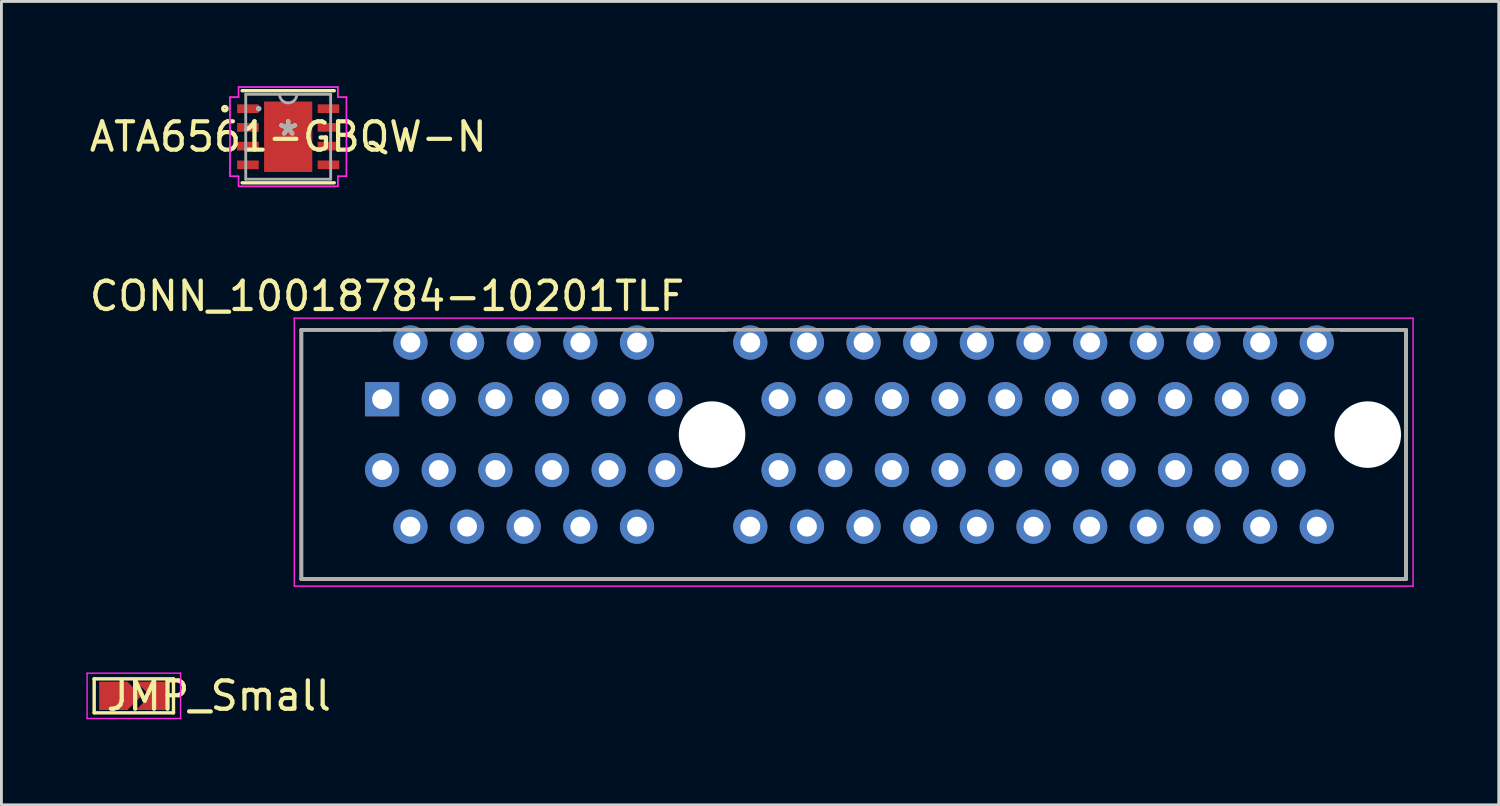
<source format=kicad_pcb>
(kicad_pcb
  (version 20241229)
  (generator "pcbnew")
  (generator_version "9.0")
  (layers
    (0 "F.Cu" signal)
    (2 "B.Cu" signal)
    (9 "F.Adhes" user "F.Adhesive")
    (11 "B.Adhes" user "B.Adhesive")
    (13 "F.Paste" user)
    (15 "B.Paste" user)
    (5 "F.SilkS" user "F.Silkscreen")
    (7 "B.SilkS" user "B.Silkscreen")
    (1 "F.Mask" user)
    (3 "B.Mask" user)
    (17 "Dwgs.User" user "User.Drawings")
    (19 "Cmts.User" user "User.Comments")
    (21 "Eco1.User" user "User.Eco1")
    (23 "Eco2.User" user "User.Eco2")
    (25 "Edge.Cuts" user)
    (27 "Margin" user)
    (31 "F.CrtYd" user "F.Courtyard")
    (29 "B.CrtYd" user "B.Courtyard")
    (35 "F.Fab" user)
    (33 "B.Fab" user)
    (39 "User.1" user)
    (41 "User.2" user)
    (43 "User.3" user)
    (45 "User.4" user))
  (footprint "JMP_Small"
    (layer "F.Cu")
    (at 1.675 21.517)
    (property "Reference" "JMP_Small" (at 3 0 0) (layer "F.SilkS") (effects (font (size 1 1) (thickness 0.15))))
    (attr exclude_from_pos_files)
    (fp_line (start -1.4 -0.6) (end 1.4 -0.6) (stroke (width 0.12) (type solid)) (layer "F.SilkS"))
    (fp_line (start -1.4 0.6) (end -1.4 -0.6) (stroke (width 0.12) (type solid)) (layer "F.SilkS"))
    (fp_line (start 1.4 -0.6) (end 1.4 0.6) (stroke (width 0.12) (type solid)) (layer "F.SilkS"))
    (fp_line (start 1.4 0.6) (end -1.4 0.6) (stroke (width 0.12) (type solid)) (layer "F.SilkS"))
    (fp_line (start -1.65 -0.8) (end -1.65 0.8) (stroke (width 0.05) (type solid)) (layer "F.CrtYd"))
    (fp_line (start -1.65 -0.8) (end 1.65 -0.8) (stroke (width 0.05) (type solid)) (layer "F.CrtYd"))
    (fp_line (start 1.65 0.8) (end -1.65 0.8) (stroke (width 0.05) (type solid)) (layer "F.CrtYd"))
    (fp_line (start 1.65 0.8) (end 1.65 -0.8) (stroke (width 0.05) (type solid)) (layer "F.CrtYd"))
    (pad "1" smd custom (at -0.725 0) (size 0.3 0.2) (layers "F.Cu" "F.Mask") (options (anchor rect)) (primitives (gr_poly (pts (xy 1 0) (xy 0.5 0.5) (xy -0.5 0.5) (xy -0.5 -0.5) (xy 0.5 -0.5)) (width 0) (fill yes))))
    (pad "2" smd custom (at 0.725 0) (size 0.3 0.2) (layers "F.Cu" "F.Mask") (options (anchor rect)) (primitives (gr_poly (pts (xy 0.5 0.5) (xy -0.65 0.5) (xy -0.15 0) (xy -0.65 -0.5) (xy 0.5 -0.5)) (width 0) (fill yes)))))
  (footprint "ATA6561-GBQW-N"
    (layer "F.Cu")
    (at 7.125 1.778)
    (property "Reference" "ATA6561-GBQW-N" (at 0 0 0) (layer "F.SilkS") (effects (font (size 1 1) (thickness 0.15))))
    (attr through_hole)
    (fp_line (start -1.626 1.626) (end 1.626 1.626) (stroke (width 0.12) (type solid)) (layer "F.SilkS"))
    (fp_line (start 1.626 -1.626) (end -1.626 -1.626) (stroke (width 0.12) (type solid)) (layer "F.SilkS"))
    (fp_circle (center -2.235 -0.991) (end -2.159 -0.991) (stroke (width 0.12) (type solid)) (fill no) (layer "F.SilkS"))
    (fp_line (start -2.057 -1.397) (end -1.753 -1.397) (stroke (width 0.05) (type solid)) (layer "F.CrtYd"))
    (fp_line (start -2.057 -1.397) (end -1.753 -1.397) (stroke (width 0.05) (type solid)) (layer "F.CrtYd"))
    (fp_line (start -2.057 1.397) (end -2.057 -1.397) (stroke (width 0.05) (type solid)) (layer "F.CrtYd"))
    (fp_line (start -2.057 1.397) (end -2.057 -1.397) (stroke (width 0.05) (type solid)) (layer "F.CrtYd"))
    (fp_line (start -2.057 1.397) (end -1.753 1.397) (stroke (width 0.05) (type solid)) (layer "F.CrtYd"))
    (fp_line (start -1.753 -1.753) (end 1.753 -1.753) (stroke (width 0.05) (type solid)) (layer "F.CrtYd"))
    (fp_line (start -1.753 -1.753) (end 1.753 -1.753) (stroke (width 0.05) (type solid)) (layer "F.CrtYd"))
    (fp_line (start -1.753 -1.397) (end -1.753 -1.753) (stroke (width 0.05) (type solid)) (layer "F.CrtYd"))
    (fp_line (start -1.753 -1.397) (end -1.753 -1.753) (stroke (width 0.05) (type solid)) (layer "F.CrtYd"))
    (fp_line (start -1.753 1.397) (end -2.057 1.397) (stroke (width 0.05) (type solid)) (layer "F.CrtYd"))
    (fp_line (start -1.753 1.753) (end -1.753 1.397) (stroke (width 0.05) (type solid)) (layer "F.CrtYd"))
    (fp_line (start -1.753 1.753) (end -1.753 1.397) (stroke (width 0.05) (type solid)) (layer "F.CrtYd"))
    (fp_line (start 1.753 -1.753) (end 1.753 -1.397) (stroke (width 0.05) (type solid)) (layer "F.CrtYd"))
    (fp_line (start 1.753 -1.753) (end 1.753 -1.397) (stroke (width 0.05) (type solid)) (layer "F.CrtYd"))
    (fp_line (start 1.753 -1.397) (end 2.057 -1.397) (stroke (width 0.05) (type solid)) (layer "F.CrtYd"))
    (fp_line (start 1.753 1.397) (end 1.753 1.753) (stroke (width 0.05) (type solid)) (layer "F.CrtYd"))
    (fp_line (start 1.753 1.397) (end 1.753 1.753) (stroke (width 0.05) (type solid)) (layer "F.CrtYd"))
    (fp_line (start 1.753 1.753) (end -1.753 1.753) (stroke (width 0.05) (type solid)) (layer "F.CrtYd"))
    (fp_line (start 1.753 1.753) (end -1.753 1.753) (stroke (width 0.05) (type solid)) (layer "F.CrtYd"))
    (fp_line (start 2.057 -1.397) (end 1.753 -1.397) (stroke (width 0.05) (type solid)) (layer "F.CrtYd"))
    (fp_line (start 2.057 -1.397) (end 2.057 1.397) (stroke (width 0.05) (type solid)) (layer "F.CrtYd"))
    (fp_line (start 2.057 -1.397) (end 2.057 1.397) (stroke (width 0.05) (type solid)) (layer "F.CrtYd"))
    (fp_line (start 2.057 1.397) (end 1.753 1.397) (stroke (width 0.05) (type solid)) (layer "F.CrtYd"))
    (fp_line (start 2.057 1.397) (end 1.753 1.397) (stroke (width 0.05) (type solid)) (layer "F.CrtYd"))
    (fp_line (start -1.499 -1.499) (end -1.499 1.499) (stroke (width 0.1) (type solid)) (layer "F.Fab"))
    (fp_line (start -1.499 1.499) (end 1.499 1.499) (stroke (width 0.1) (type solid)) (layer "F.Fab"))
    (fp_line (start 1.499 -1.499) (end -1.499 -1.499) (stroke (width 0.1) (type solid)) (layer "F.Fab"))
    (fp_line (start 1.499 1.499) (end 1.499 -1.499) (stroke (width 0.1) (type solid)) (layer "F.Fab"))
    (fp_arc (start 0.3048 -1.4986) (mid 0 -1.1938) (end -0.3048 -1.4986) (stroke (width 0.1) (type solid)) (layer "F.Fab"))
    (fp_circle (center -1.041 -0.991) (end -1.041 -0.991) (stroke (width 0.1) (type solid)) (fill no) (layer "F.Fab"))
    (fp_text user "*" (at 0 0 0) (layer "F.SilkS") (effects (font (size 1 1) (thickness 0.15))))
    (fp_text user "*" (at 0 0 0) (layer "F.Fab") (effects (font (size 1 1) (thickness 0.15))))
    (pad "1" smd rect (at -1.422 -0.991) (size 0.762 0.305) (layers "F.Cu" "F.Mask" "F.Paste"))
    (pad "2" smd rect (at -1.422 -0.33) (size 0.762 0.305) (layers "F.Cu" "F.Mask" "F.Paste"))
    (pad "3" smd rect (at -1.422 0.33) (size 0.762 0.305) (layers "F.Cu" "F.Mask" "F.Paste"))
    (pad "4" smd rect (at -1.422 0.991) (size 0.762 0.305) (layers "F.Cu" "F.Mask" "F.Paste"))
    (pad "5" smd rect (at 1.422 0.991) (size 0.762 0.305) (layers "F.Cu" "F.Mask" "F.Paste"))
    (pad "6" smd rect (at 1.422 0.33) (size 0.762 0.305) (layers "F.Cu" "F.Mask" "F.Paste"))
    (pad "7" smd rect (at 1.422 -0.33) (size 0.762 0.305) (layers "F.Cu" "F.Mask" "F.Paste"))
    (pad "8" smd rect (at 1.422 -0.991) (size 0.762 0.305) (layers "F.Cu" "F.Mask" "F.Paste"))
    (pad "9" smd rect (at 0 0) (size 1.702 2.489) (layers "F.Cu" "F.Mask" "F.Paste")))
  (footprint "CONN_10018784-10201TLF"
    (layer "F.Cu")
    (at 10.44 11.044)
    (property "Reference" "CONN_10018784-10201TLF" (at 0.175 -3.64 0) (layer "F.SilkS") (effects (font (size 1.001 1.001) (thickness 0.15))))
    (attr through_hole)
    (fp_line (start -2.85 -2.45) (end -2.85 6.35) (stroke (width 0.127) (type solid)) (layer "F.SilkS"))
    (fp_line (start -2.85 6.35) (end 36.15 6.35) (stroke (width 0.127) (type solid)) (layer "F.SilkS"))
    (fp_line (start -0.05 -2.45) (end -2.85 -2.45) (stroke (width 0.127) (type solid)) (layer "F.SilkS"))
    (fp_line (start 12.15 -2.45) (end 9.85 -2.45) (stroke (width 0.127) (type solid)) (layer "F.SilkS"))
    (fp_line (start 36.15 -2.45) (end 33.85 -2.45) (stroke (width 0.127) (type solid)) (layer "F.SilkS"))
    (fp_line (start 36.15 6.35) (end 36.15 -2.45) (stroke (width 0.127) (type solid)) (layer "F.SilkS"))
    (fp_line (start -3.1 -2.86) (end 36.4 -2.86) (stroke (width 0.05) (type solid)) (layer "F.CrtYd"))
    (fp_line (start -3.1 6.6) (end -3.1 -2.86) (stroke (width 0.05) (type solid)) (layer "F.CrtYd"))
    (fp_line (start 36.4 -2.86) (end 36.4 6.6) (stroke (width 0.05) (type solid)) (layer "F.CrtYd"))
    (fp_line (start 36.4 6.6) (end -3.1 6.6) (stroke (width 0.05) (type solid)) (layer "F.CrtYd"))
    (fp_line (start -2.85 -2.45) (end -2.85 6.35) (stroke (width 0.127) (type solid)) (layer "F.Fab"))
    (fp_line (start -2.85 6.35) (end 36.15 6.35) (stroke (width 0.127) (type solid)) (layer "F.Fab"))
    (fp_line (start 36.15 -2.45) (end -2.85 -2.45) (stroke (width 0.127) (type solid)) (layer "F.Fab"))
    (fp_line (start 36.15 6.35) (end 36.15 -2.45) (stroke (width 0.127) (type solid)) (layer "F.Fab"))
    (pad "" np_thru_hole circle (at 11.65 1.25) (size 2.35 2.35) (drill 2.35) (layers "*.Cu" "*.Mask"))
    (pad "" np_thru_hole circle (at 34.8 1.25) (size 2.35 2.35) (drill 2.35) (layers "*.Cu" "*.Mask"))
    (pad "A1" thru_hole rect (at 0 0) (size 1.208 1.208) (drill 0.7) (layers "*.Cu" "*.Mask"))
    (pad "A2" thru_hole circle (at 1 -2) (size 1.208 1.208) (drill 0.7) (layers "*.Cu" "*.Mask"))
    (pad "A3" thru_hole circle (at 2 0) (size 1.208 1.208) (drill 0.7) (layers "*.Cu" "*.Mask"))
    (pad "A4" thru_hole circle (at 3 -2) (size 1.208 1.208) (drill 0.7) (layers "*.Cu" "*.Mask"))
    (pad "A5" thru_hole circle (at 4 0) (size 1.208 1.208) (drill 0.7) (layers "*.Cu" "*.Mask"))
    (pad "A6" thru_hole circle (at 5 -2) (size 1.208 1.208) (drill 0.7) (layers "*.Cu" "*.Mask"))
    (pad "A7" thru_hole circle (at 6 0) (size 1.208 1.208) (drill 0.7) (layers "*.Cu" "*.Mask"))
    (pad "A8" thru_hole circle (at 7 -2) (size 1.208 1.208) (drill 0.7) (layers "*.Cu" "*.Mask"))
    (pad "A9" thru_hole circle (at 8 0) (size 1.208 1.208) (drill 0.7) (layers "*.Cu" "*.Mask"))
    (pad "A10" thru_hole circle (at 9 -2) (size 1.208 1.208) (drill 0.7) (layers "*.Cu" "*.Mask"))
    (pad "A11" thru_hole circle (at 10 0) (size 1.208 1.208) (drill 0.7) (layers "*.Cu" "*.Mask"))
    (pad "A12" thru_hole circle (at 13 -2) (size 1.208 1.208) (drill 0.7) (layers "*.Cu" "*.Mask"))
    (pad "A13" thru_hole circle (at 14 0) (size 1.208 1.208) (drill 0.7) (layers "*.Cu" "*.Mask"))
    (pad "A14" thru_hole circle (at 15 -2) (size 1.208 1.208) (drill 0.7) (layers "*.Cu" "*.Mask"))
    (pad "A15" thru_hole circle (at 16 0) (size 1.208 1.208) (drill 0.7) (layers "*.Cu" "*.Mask"))
    (pad "A16" thru_hole circle (at 17 -2) (size 1.208 1.208) (drill 0.7) (layers "*.Cu" "*.Mask"))
    (pad "A17" thru_hole circle (at 18 0) (size 1.208 1.208) (drill 0.7) (layers "*.Cu" "*.Mask"))
    (pad "A18" thru_hole circle (at 19 -2) (size 1.208 1.208) (drill 0.7) (layers "*.Cu" "*.Mask"))
    (pad "A19" thru_hole circle (at 20 0) (size 1.208 1.208) (drill 0.7) (layers "*.Cu" "*.Mask"))
    (pad "A20" thru_hole circle (at 21 -2) (size 1.208 1.208) (drill 0.7) (layers "*.Cu" "*.Mask"))
    (pad "A21" thru_hole circle (at 22 0) (size 1.208 1.208) (drill 0.7) (layers "*.Cu" "*.Mask"))
    (pad "A22" thru_hole circle (at 23 -2) (size 1.208 1.208) (drill 0.7) (layers "*.Cu" "*.Mask"))
    (pad "A23" thru_hole circle (at 24 0) (size 1.208 1.208) (drill 0.7) (layers "*.Cu" "*.Mask"))
    (pad "A24" thru_hole circle (at 25 -2) (size 1.208 1.208) (drill 0.7) (layers "*.Cu" "*.Mask"))
    (pad "A25" thru_hole circle (at 26 0) (size 1.208 1.208) (drill 0.7) (layers "*.Cu" "*.Mask"))
    (pad "A26" thru_hole circle (at 27 -2) (size 1.208 1.208) (drill 0.7) (layers "*.Cu" "*.Mask"))
    (pad "A27" thru_hole circle (at 28 0) (size 1.208 1.208) (drill 0.7) (layers "*.Cu" "*.Mask"))
    (pad "A28" thru_hole circle (at 29 -2) (size 1.208 1.208) (drill 0.7) (layers "*.Cu" "*.Mask"))
    (pad "A29" thru_hole circle (at 30 0) (size 1.208 1.208) (drill 0.7) (layers "*.Cu" "*.Mask"))
    (pad "A30" thru_hole circle (at 31 -2) (size 1.208 1.208) (drill 0.7) (layers "*.Cu" "*.Mask"))
    (pad "A31" thru_hole circle (at 32 0) (size 1.208 1.208) (drill 0.7) (layers "*.Cu" "*.Mask"))
    (pad "A32" thru_hole circle (at 33 -2) (size 1.208 1.208) (drill 0.7) (layers "*.Cu" "*.Mask"))
    (pad "B1" thru_hole circle (at 0 2.5) (size 1.208 1.208) (drill 0.7) (layers "*.Cu" "*.Mask"))
    (pad "B2" thru_hole circle (at 1 4.5) (size 1.208 1.208) (drill 0.7) (layers "*.Cu" "*.Mask"))
    (pad "B3" thru_hole circle (at 2 2.5) (size 1.208 1.208) (drill 0.7) (layers "*.Cu" "*.Mask"))
    (pad "B4" thru_hole circle (at 3 4.5) (size 1.208 1.208) (drill 0.7) (layers "*.Cu" "*.Mask"))
    (pad "B5" thru_hole circle (at 4 2.5) (size 1.208 1.208) (drill 0.7) (layers "*.Cu" "*.Mask"))
    (pad "B6" thru_hole circle (at 5 4.5) (size 1.208 1.208) (drill 0.7) (layers "*.Cu" "*.Mask"))
    (pad "B7" thru_hole circle (at 6 2.5) (size 1.208 1.208) (drill 0.7) (layers "*.Cu" "*.Mask"))
    (pad "B8" thru_hole circle (at 7 4.5) (size 1.208 1.208) (drill 0.7) (layers "*.Cu" "*.Mask"))
    (pad "B9" thru_hole circle (at 8 2.5) (size 1.208 1.208) (drill 0.7) (layers "*.Cu" "*.Mask"))
    (pad "B10" thru_hole circle (at 9 4.5) (size 1.208 1.208) (drill 0.7) (layers "*.Cu" "*.Mask"))
    (pad "B11" thru_hole circle (at 10 2.5) (size 1.208 1.208) (drill 0.7) (layers "*.Cu" "*.Mask"))
    (pad "B12" thru_hole circle (at 13 4.5) (size 1.208 1.208) (drill 0.7) (layers "*.Cu" "*.Mask"))
    (pad "B13" thru_hole circle (at 14 2.5) (size 1.208 1.208) (drill 0.7) (layers "*.Cu" "*.Mask"))
    (pad "B14" thru_hole circle (at 15 4.5) (size 1.208 1.208) (drill 0.7) (layers "*.Cu" "*.Mask"))
    (pad "B15" thru_hole circle (at 16 2.5) (size 1.208 1.208) (drill 0.7) (layers "*.Cu" "*.Mask"))
    (pad "B16" thru_hole circle (at 17 4.5) (size 1.208 1.208) (drill 0.7) (layers "*.Cu" "*.Mask"))
    (pad "B17" thru_hole circle (at 18 2.5) (size 1.208 1.208) (drill 0.7) (layers "*.Cu" "*.Mask"))
    (pad "B18" thru_hole circle (at 19 4.5) (size 1.208 1.208) (drill 0.7) (layers "*.Cu" "*.Mask"))
    (pad "B19" thru_hole circle (at 20 2.5) (size 1.208 1.208) (drill 0.7) (layers "*.Cu" "*.Mask"))
    (pad "B20" thru_hole circle (at 21 4.5) (size 1.208 1.208) (drill 0.7) (layers "*.Cu" "*.Mask"))
    (pad "B21" thru_hole circle (at 22 2.5) (size 1.208 1.208) (drill 0.7) (layers "*.Cu" "*.Mask"))
    (pad "B22" thru_hole circle (at 23 4.5) (size 1.208 1.208) (drill 0.7) (layers "*.Cu" "*.Mask"))
    (pad "B23" thru_hole circle (at 24 2.5) (size 1.208 1.208) (drill 0.7) (layers "*.Cu" "*.Mask"))
    (pad "B24" thru_hole circle (at 25 4.5) (size 1.208 1.208) (drill 0.7) (layers "*.Cu" "*.Mask"))
    (pad "B25" thru_hole circle (at 26 2.5) (size 1.208 1.208) (drill 0.7) (layers "*.Cu" "*.Mask"))
    (pad "B26" thru_hole circle (at 27 4.5) (size 1.208 1.208) (drill 0.7) (layers "*.Cu" "*.Mask"))
    (pad "B27" thru_hole circle (at 28 2.5) (size 1.208 1.208) (drill 0.7) (layers "*.Cu" "*.Mask"))
    (pad "B28" thru_hole circle (at 29 4.5) (size 1.208 1.208) (drill 0.7) (layers "*.Cu" "*.Mask"))
    (pad "B29" thru_hole circle (at 30 2.5) (size 1.208 1.208) (drill 0.7) (layers "*.Cu" "*.Mask"))
    (pad "B30" thru_hole circle (at 31 4.5) (size 1.208 1.208) (drill 0.7) (layers "*.Cu" "*.Mask"))
    (pad "B31" thru_hole circle (at 32 2.5) (size 1.208 1.208) (drill 0.7) (layers "*.Cu" "*.Mask"))
    (pad "B32" thru_hole circle (at 33 4.5) (size 1.208 1.208) (drill 0.7) (layers "*.Cu" "*.Mask")))
  (gr_rect
    (start -3 -3)
    (end 49.865 25.366)
    (stroke (width 0.1) (type default))
    (fill no)
    (layer "Edge.Cuts")))
</source>
